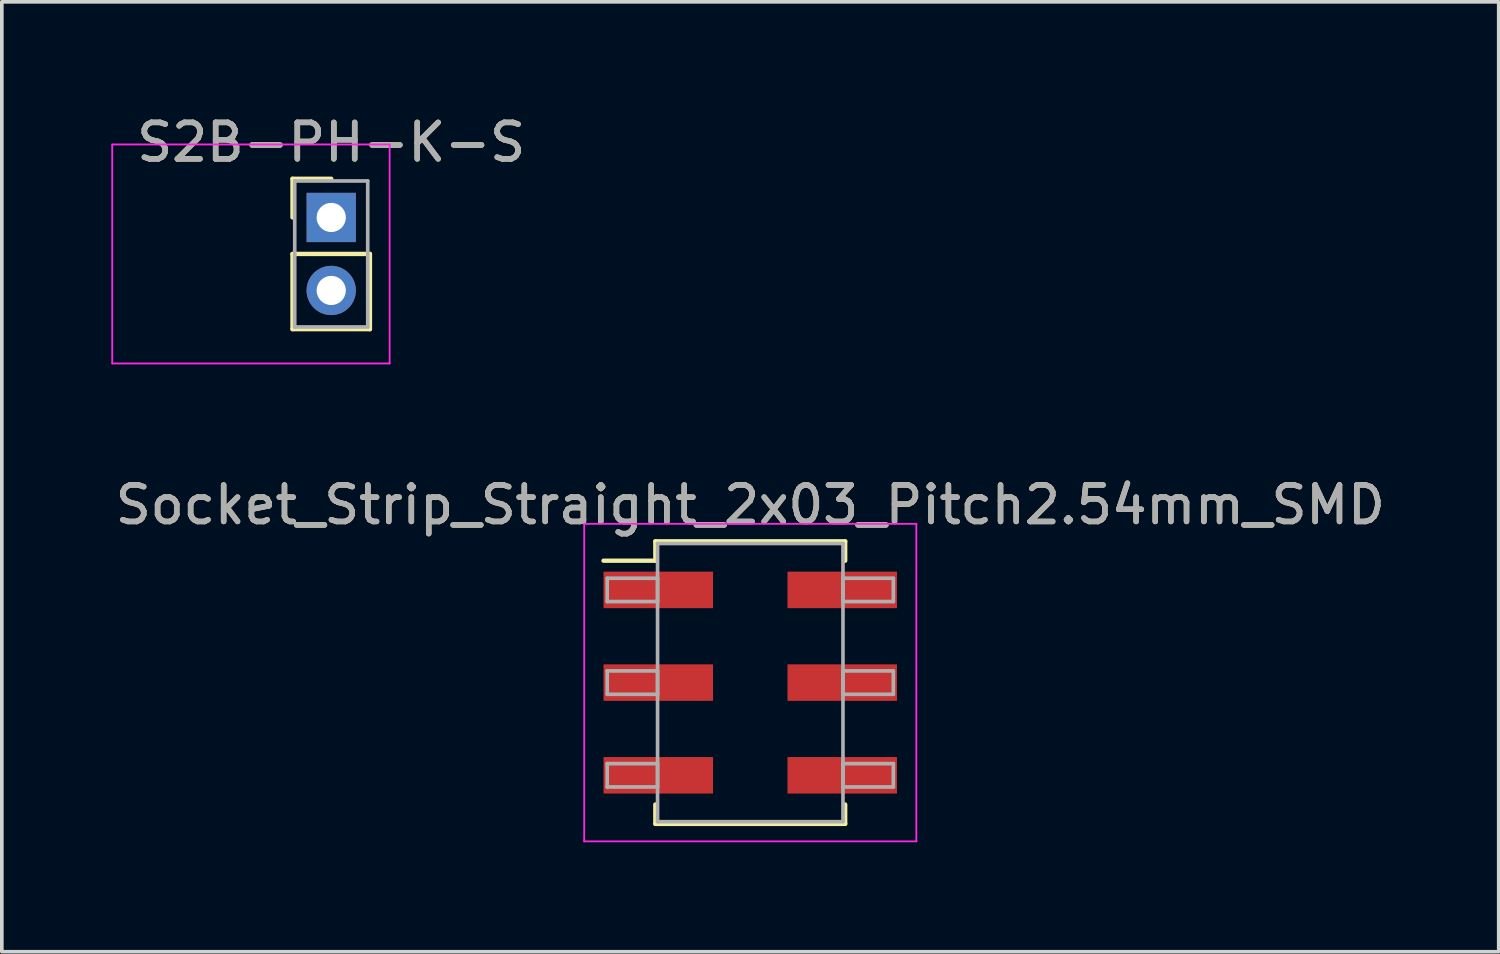
<source format=kicad_pcb>
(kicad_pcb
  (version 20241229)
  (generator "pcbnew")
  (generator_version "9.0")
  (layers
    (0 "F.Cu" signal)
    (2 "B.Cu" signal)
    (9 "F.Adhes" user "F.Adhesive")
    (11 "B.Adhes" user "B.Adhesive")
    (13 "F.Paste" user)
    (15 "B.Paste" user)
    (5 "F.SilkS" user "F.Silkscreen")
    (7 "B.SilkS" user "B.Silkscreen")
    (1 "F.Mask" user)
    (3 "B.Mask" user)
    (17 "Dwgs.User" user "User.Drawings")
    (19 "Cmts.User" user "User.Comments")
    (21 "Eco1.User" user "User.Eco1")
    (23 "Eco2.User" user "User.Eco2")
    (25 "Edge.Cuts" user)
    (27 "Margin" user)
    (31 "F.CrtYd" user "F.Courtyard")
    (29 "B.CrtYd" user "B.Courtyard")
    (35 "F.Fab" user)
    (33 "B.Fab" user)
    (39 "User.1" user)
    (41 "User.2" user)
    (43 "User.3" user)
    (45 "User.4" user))
  (footprint "S2B-PH-K-S"
    (layer "F.Cu")
    (at 6.025 2.908)
    (property "Reference" "S2B-PH-K-S" (at 0 -2.06 0) (layer "F.SilkS") (effects (font (size 1 1) (thickness 0.15))))
    (attr through_hole)
    (fp_line (start -1.06 -1.06) (end 0 -1.06) (stroke (width 0.12) (type solid)) (layer "F.SilkS"))
    (fp_line (start -1.06 0) (end -1.06 -1.06) (stroke (width 0.12) (type solid)) (layer "F.SilkS"))
    (fp_line (start -1.06 1) (end -1.06 3.06) (stroke (width 0.12) (type solid)) (layer "F.SilkS"))
    (fp_line (start -1.06 3.06) (end 1.06 3.06) (stroke (width 0.12) (type solid)) (layer "F.SilkS"))
    (fp_line (start 1.06 1) (end -1.06 1) (stroke (width 0.12) (type solid)) (layer "F.SilkS"))
    (fp_line (start 1.06 3.06) (end 1.06 1) (stroke (width 0.12) (type solid)) (layer "F.SilkS"))
    (fp_line (start -6 -2) (end -6 4) (stroke (width 0.05) (type solid)) (layer "F.CrtYd"))
    (fp_line (start -6 4) (end 1.6 4) (stroke (width 0.05) (type solid)) (layer "F.CrtYd"))
    (fp_line (start 1.6 -2) (end -6 -2) (stroke (width 0.05) (type solid)) (layer "F.CrtYd"))
    (fp_line (start 1.6 4) (end 1.6 -2) (stroke (width 0.05) (type solid)) (layer "F.CrtYd"))
    (fp_line (start -1 -1) (end -1 3) (stroke (width 0.1) (type solid)) (layer "F.Fab"))
    (fp_line (start -1 3) (end 1 3) (stroke (width 0.1) (type solid)) (layer "F.Fab"))
    (fp_line (start 1 -1) (end -1 -1) (stroke (width 0.1) (type solid)) (layer "F.Fab"))
    (fp_line (start 1 3) (end 1 -1) (stroke (width 0.1) (type solid)) (layer "F.Fab"))
    (fp_text user "${REFERENCE}" (at 0 -2.06 0) (layer "F.Fab") (effects (font (size 1 1) (thickness 0.15))))
    (pad "1" thru_hole rect (at 0 0) (size 1.35 1.35) (drill 0.8) (layers "*.Cu" "*.Mask"))
    (pad "2" thru_hole oval (at 0 2) (size 1.35 1.35) (drill 0.8) (layers "*.Cu" "*.Mask")))
  (footprint "Socket_Strip_Straight_2x03_Pitch2.54mm_SMD"
    (layer "F.Cu")
    (at 17.506 15.652)
    (property "Reference" "Socket_Strip_Straight_2x03_Pitch2.54mm_SMD" (at 0 -4.87 0) (layer "F.SilkS") (effects (font (size 1 1) (thickness 0.15))))
    (attr smd)
    (fp_line (start -4.02 -3.34) (end -2.6 -3.34) (stroke (width 0.12) (type solid)) (layer "F.SilkS"))
    (fp_line (start -2.6 -3.87) (end 2.6 -3.87) (stroke (width 0.12) (type solid)) (layer "F.SilkS"))
    (fp_line (start -2.6 -3.34) (end -2.6 -3.87) (stroke (width 0.12) (type solid)) (layer "F.SilkS"))
    (fp_line (start -2.6 3.34) (end -2.6 3.87) (stroke (width 0.12) (type solid)) (layer "F.SilkS"))
    (fp_line (start -2.6 3.87) (end 2.6 3.87) (stroke (width 0.12) (type solid)) (layer "F.SilkS"))
    (fp_line (start 2.6 -3.87) (end 2.6 -3.34) (stroke (width 0.12) (type solid)) (layer "F.SilkS"))
    (fp_line (start 2.6 3.87) (end 2.6 3.34) (stroke (width 0.12) (type solid)) (layer "F.SilkS"))
    (fp_line (start -4.55 -4.35) (end -4.55 4.35) (stroke (width 0.05) (type solid)) (layer "F.CrtYd"))
    (fp_line (start -4.55 4.35) (end 4.55 4.35) (stroke (width 0.05) (type solid)) (layer "F.CrtYd"))
    (fp_line (start 4.55 -4.35) (end -4.55 -4.35) (stroke (width 0.05) (type solid)) (layer "F.CrtYd"))
    (fp_line (start 4.55 4.35) (end 4.55 -4.35) (stroke (width 0.05) (type solid)) (layer "F.CrtYd"))
    (fp_line (start -3.92 -2.86) (end -2.54 -2.86) (stroke (width 0.1) (type solid)) (layer "F.Fab"))
    (fp_line (start -3.92 -2.22) (end -3.92 -2.86) (stroke (width 0.1) (type solid)) (layer "F.Fab"))
    (fp_line (start -3.92 -0.32) (end -2.54 -0.32) (stroke (width 0.1) (type solid)) (layer "F.Fab"))
    (fp_line (start -3.92 0.32) (end -3.92 -0.32) (stroke (width 0.1) (type solid)) (layer "F.Fab"))
    (fp_line (start -3.92 2.22) (end -2.54 2.22) (stroke (width 0.1) (type solid)) (layer "F.Fab"))
    (fp_line (start -3.92 2.86) (end -3.92 2.22) (stroke (width 0.1) (type solid)) (layer "F.Fab"))
    (fp_line (start -2.54 -3.81) (end -2.54 3.81) (stroke (width 0.1) (type solid)) (layer "F.Fab"))
    (fp_line (start -2.54 -2.86) (end -2.54 -2.22) (stroke (width 0.1) (type solid)) (layer "F.Fab"))
    (fp_line (start -2.54 -2.22) (end -3.92 -2.22) (stroke (width 0.1) (type solid)) (layer "F.Fab"))
    (fp_line (start -2.54 -0.32) (end -2.54 0.32) (stroke (width 0.1) (type solid)) (layer "F.Fab"))
    (fp_line (start -2.54 0.32) (end -3.92 0.32) (stroke (width 0.1) (type solid)) (layer "F.Fab"))
    (fp_line (start -2.54 2.22) (end -2.54 2.86) (stroke (width 0.1) (type solid)) (layer "F.Fab"))
    (fp_line (start -2.54 2.86) (end -3.92 2.86) (stroke (width 0.1) (type solid)) (layer "F.Fab"))
    (fp_line (start -2.54 3.81) (end 2.54 3.81) (stroke (width 0.1) (type solid)) (layer "F.Fab"))
    (fp_line (start 2.54 -3.81) (end -2.54 -3.81) (stroke (width 0.1) (type solid)) (layer "F.Fab"))
    (fp_line (start 2.54 -2.86) (end 2.54 -2.22) (stroke (width 0.1) (type solid)) (layer "F.Fab"))
    (fp_line (start 2.54 -2.22) (end 3.92 -2.22) (stroke (width 0.1) (type solid)) (layer "F.Fab"))
    (fp_line (start 2.54 -0.32) (end 2.54 0.32) (stroke (width 0.1) (type solid)) (layer "F.Fab"))
    (fp_line (start 2.54 0.32) (end 3.92 0.32) (stroke (width 0.1) (type solid)) (layer "F.Fab"))
    (fp_line (start 2.54 2.22) (end 2.54 2.86) (stroke (width 0.1) (type solid)) (layer "F.Fab"))
    (fp_line (start 2.54 2.86) (end 3.92 2.86) (stroke (width 0.1) (type solid)) (layer "F.Fab"))
    (fp_line (start 2.54 3.81) (end 2.54 -3.81) (stroke (width 0.1) (type solid)) (layer "F.Fab"))
    (fp_line (start 3.92 -2.86) (end 2.54 -2.86) (stroke (width 0.1) (type solid)) (layer "F.Fab"))
    (fp_line (start 3.92 -2.22) (end 3.92 -2.86) (stroke (width 0.1) (type solid)) (layer "F.Fab"))
    (fp_line (start 3.92 -0.32) (end 2.54 -0.32) (stroke (width 0.1) (type solid)) (layer "F.Fab"))
    (fp_line (start 3.92 0.32) (end 3.92 -0.32) (stroke (width 0.1) (type solid)) (layer "F.Fab"))
    (fp_line (start 3.92 2.22) (end 2.54 2.22) (stroke (width 0.1) (type solid)) (layer "F.Fab"))
    (fp_line (start 3.92 2.86) (end 3.92 2.22) (stroke (width 0.1) (type solid)) (layer "F.Fab"))
    (fp_text user "${REFERENCE}" (at 0 -4.87 0) (layer "F.Fab") (effects (font (size 1 1) (thickness 0.15))))
    (pad "1" smd rect (at -2.52 -2.54) (size 3 1) (layers "F.Cu" "F.Mask" "F.Paste"))
    (pad "2" smd rect (at 2.52 -2.54) (size 3 1) (layers "F.Cu" "F.Mask" "F.Paste"))
    (pad "3" smd rect (at -2.52 0) (size 3 1) (layers "F.Cu" "F.Mask" "F.Paste"))
    (pad "4" smd rect (at 2.52 0) (size 3 1) (layers "F.Cu" "F.Mask" "F.Paste"))
    (pad "5" smd rect (at -2.52 2.54) (size 3 1) (layers "F.Cu" "F.Mask" "F.Paste"))
    (pad "6" smd rect (at 2.52 2.54) (size 3 1) (layers "F.Cu" "F.Mask" "F.Paste")))
  (gr_rect
    (start -3 -3)
    (end 38.012 23.026)
    (stroke (width 0.1) (type default))
    (fill no)
    (layer "Edge.Cuts")))
</source>
